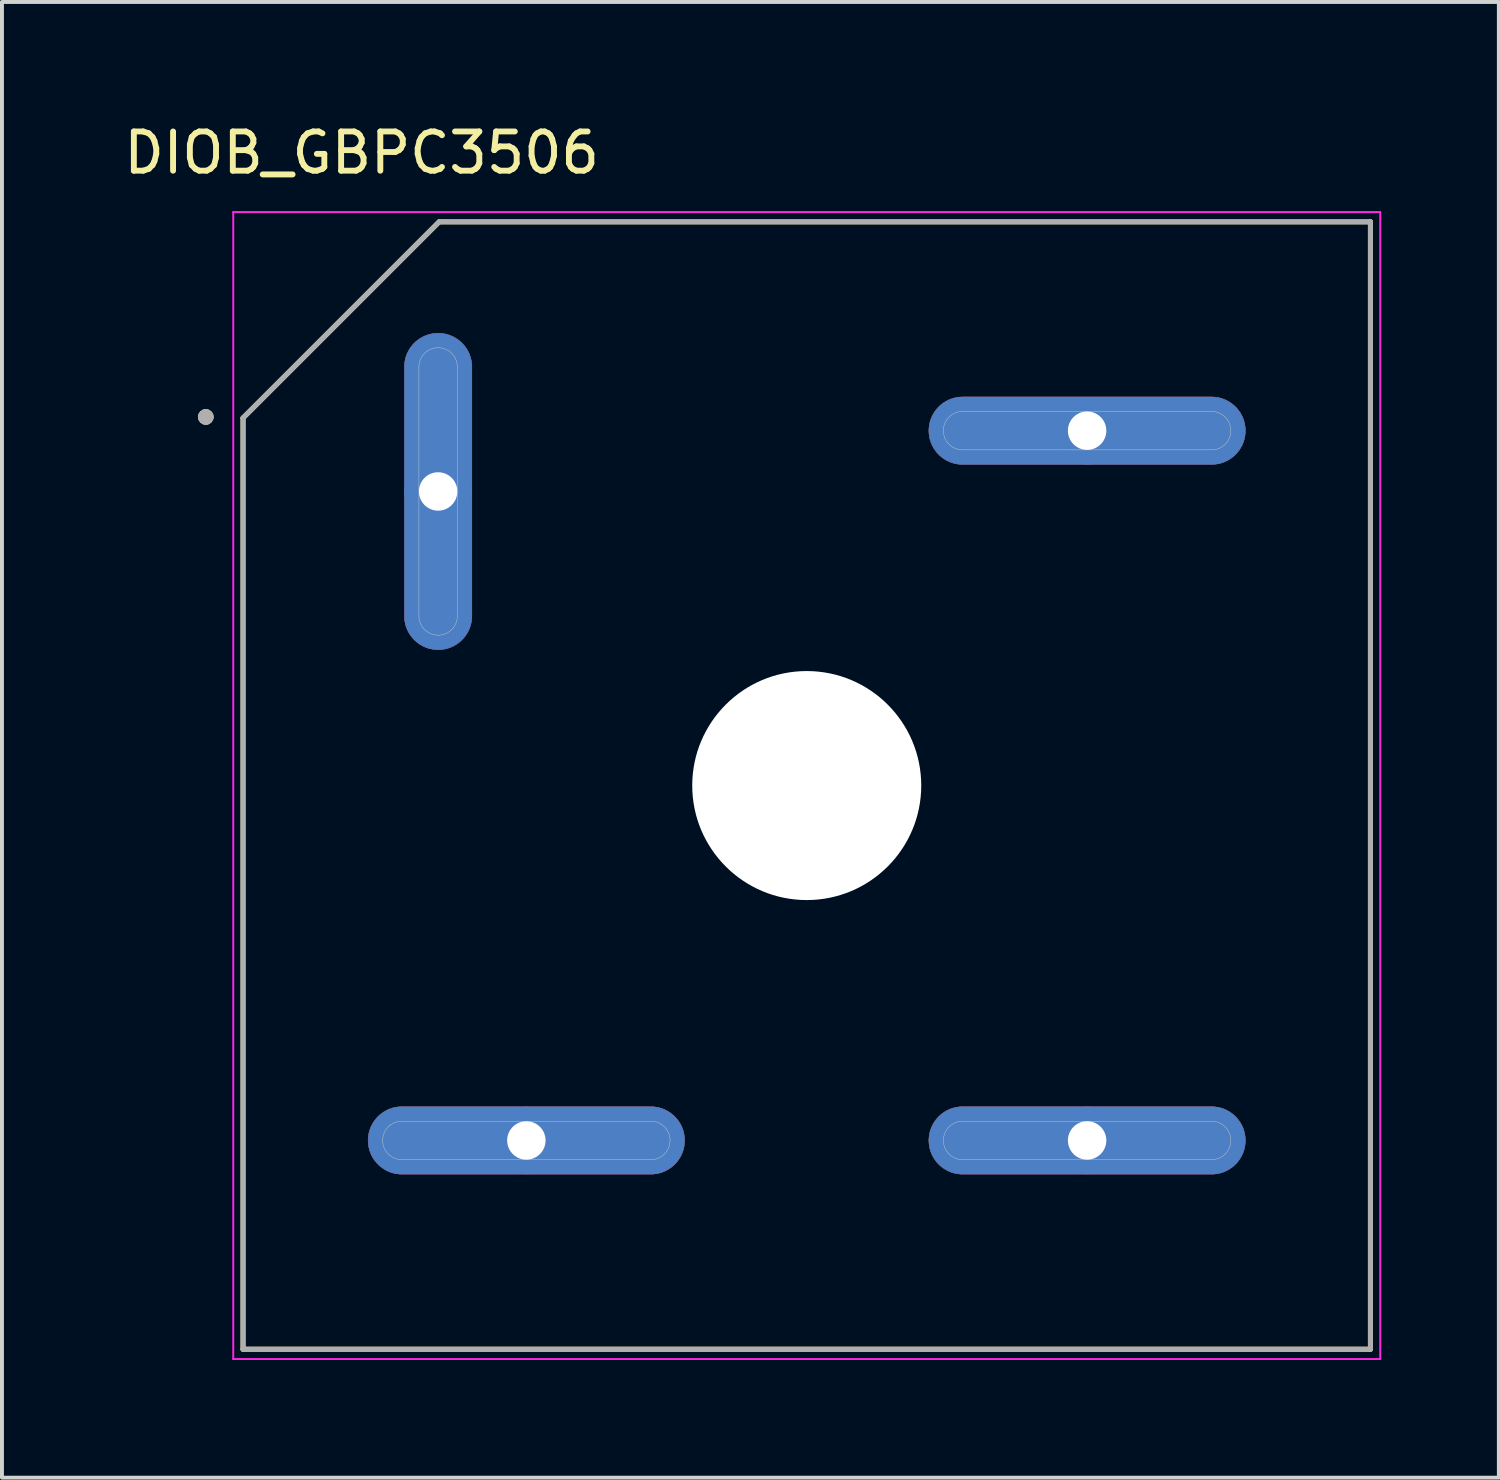
<source format=kicad_pcb>
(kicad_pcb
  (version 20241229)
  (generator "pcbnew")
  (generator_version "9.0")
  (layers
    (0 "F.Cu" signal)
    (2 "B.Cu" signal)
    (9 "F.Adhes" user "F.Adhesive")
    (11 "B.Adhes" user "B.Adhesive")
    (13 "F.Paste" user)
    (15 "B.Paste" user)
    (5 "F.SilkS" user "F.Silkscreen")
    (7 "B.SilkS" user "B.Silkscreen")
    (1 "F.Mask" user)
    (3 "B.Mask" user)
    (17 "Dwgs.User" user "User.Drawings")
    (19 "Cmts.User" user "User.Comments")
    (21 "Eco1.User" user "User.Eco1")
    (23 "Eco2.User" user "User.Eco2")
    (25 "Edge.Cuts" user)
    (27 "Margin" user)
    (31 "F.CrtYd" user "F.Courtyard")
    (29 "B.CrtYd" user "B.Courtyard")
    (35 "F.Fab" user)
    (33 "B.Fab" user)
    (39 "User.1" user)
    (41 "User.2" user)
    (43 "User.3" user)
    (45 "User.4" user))
  (footprint "DIOB_GBPC3506"
    (layer "F.Cu")
    (at 17.523 16.983)
    (property "Reference" "DIOB_GBPC3506" (at -11.35 -16.135 0) (layer "F.SilkS") (effects (font (size 1 1) (thickness 0.15))))
    (attr through_hole)
    (fp_poly (pts (xy -10.26 -4.325) (xy -10.26 -10.675) (xy -10.259 -10.72) (xy -10.255 -10.765) (xy -10.249 -10.81) (xy -10.241 -10.854) (xy -10.231 -10.898) (xy -10.218 -10.941) (xy -10.203 -10.983) (xy -10.186 -11.025) (xy -10.166 -11.065) (xy -10.145 -11.105) (xy -10.121 -11.143) (xy -10.096 -11.18) (xy -10.068 -11.216) (xy -10.039 -11.25) (xy -10.008 -11.283) (xy -9.975 -11.314) (xy -9.941 -11.343) (xy -9.905 -11.371) (xy -9.868 -11.396) (xy -9.83 -11.42) (xy -9.79 -11.441) (xy -9.75 -11.461) (xy -9.708 -11.478) (xy -9.666 -11.493) (xy -9.623 -11.506) (xy -9.579 -11.516) (xy -9.535 -11.524) (xy -9.49 -11.53) (xy -9.445 -11.534) (xy -9.4 -11.535) (xy -9.355 -11.534) (xy -9.31 -11.53) (xy -9.265 -11.524) (xy -9.221 -11.516) (xy -9.177 -11.506) (xy -9.134 -11.493) (xy -9.092 -11.478) (xy -9.05 -11.461) (xy -9.01 -11.441) (xy -8.97 -11.42) (xy -8.932 -11.396) (xy -8.895 -11.371) (xy -8.859 -11.343) (xy -8.825 -11.314) (xy -8.792 -11.283) (xy -8.761 -11.25) (xy -8.732 -11.216) (xy -8.704 -11.18) (xy -8.679 -11.143) (xy -8.655 -11.105) (xy -8.634 -11.065) (xy -8.614 -11.025) (xy -8.597 -10.983) (xy -8.582 -10.941) (xy -8.569 -10.898) (xy -8.559 -10.854) (xy -8.551 -10.81) (xy -8.545 -10.765) (xy -8.541 -10.72) (xy -8.54 -10.675) (xy -8.54 -4.325) (xy -8.541 -4.28) (xy -8.545 -4.235) (xy -8.551 -4.19) (xy -8.559 -4.146) (xy -8.569 -4.102) (xy -8.582 -4.059) (xy -8.597 -4.017) (xy -8.614 -3.975) (xy -8.634 -3.935) (xy -8.655 -3.895) (xy -8.679 -3.857) (xy -8.704 -3.82) (xy -8.732 -3.784) (xy -8.761 -3.75) (xy -8.792 -3.717) (xy -8.825 -3.686) (xy -8.859 -3.657) (xy -8.895 -3.629) (xy -8.932 -3.604) (xy -8.97 -3.58) (xy -9.01 -3.559) (xy -9.05 -3.539) (xy -9.092 -3.522) (xy -9.134 -3.507) (xy -9.177 -3.494) (xy -9.221 -3.484) (xy -9.265 -3.476) (xy -9.31 -3.47) (xy -9.355 -3.466) (xy -9.4 -3.465) (xy -9.445 -3.466) (xy -9.49 -3.47) (xy -9.535 -3.476) (xy -9.579 -3.484) (xy -9.623 -3.494) (xy -9.666 -3.507) (xy -9.708 -3.522) (xy -9.75 -3.539) (xy -9.79 -3.559) (xy -9.83 -3.58) (xy -9.868 -3.604) (xy -9.905 -3.629) (xy -9.941 -3.657) (xy -9.975 -3.686) (xy -10.008 -3.717) (xy -10.039 -3.75) (xy -10.068 -3.784) (xy -10.096 -3.82) (xy -10.121 -3.857) (xy -10.145 -3.895) (xy -10.166 -3.935) (xy -10.186 -3.975) (xy -10.203 -4.017) (xy -10.218 -4.059) (xy -10.231 -4.102) (xy -10.241 -4.146) (xy -10.249 -4.19) (xy -10.255 -4.235) (xy -10.259 -4.28) (xy -10.26 -4.325)) (stroke (width 0.01) (type solid)) (fill yes) (layer "F.Cu"))
    (fp_poly (pts (xy -3.975 9.91) (xy -10.325 9.91) (xy -10.37 9.909) (xy -10.415 9.905) (xy -10.46 9.899) (xy -10.504 9.891) (xy -10.548 9.881) (xy -10.591 9.868) (xy -10.633 9.853) (xy -10.675 9.836) (xy -10.715 9.816) (xy -10.755 9.795) (xy -10.793 9.771) (xy -10.83 9.746) (xy -10.866 9.718) (xy -10.9 9.689) (xy -10.933 9.658) (xy -10.964 9.625) (xy -10.993 9.591) (xy -11.021 9.555) (xy -11.046 9.518) (xy -11.07 9.48) (xy -11.091 9.44) (xy -11.111 9.4) (xy -11.128 9.358) (xy -11.143 9.316) (xy -11.156 9.273) (xy -11.166 9.229) (xy -11.174 9.185) (xy -11.18 9.14) (xy -11.184 9.095) (xy -11.185 9.05) (xy -11.184 9.005) (xy -11.18 8.96) (xy -11.174 8.915) (xy -11.166 8.871) (xy -11.156 8.827) (xy -11.143 8.784) (xy -11.128 8.742) (xy -11.111 8.7) (xy -11.091 8.66) (xy -11.07 8.62) (xy -11.046 8.582) (xy -11.021 8.545) (xy -10.993 8.509) (xy -10.964 8.475) (xy -10.933 8.442) (xy -10.9 8.411) (xy -10.866 8.382) (xy -10.83 8.354) (xy -10.793 8.329) (xy -10.755 8.305) (xy -10.715 8.284) (xy -10.675 8.264) (xy -10.633 8.247) (xy -10.591 8.232) (xy -10.548 8.219) (xy -10.504 8.209) (xy -10.46 8.201) (xy -10.415 8.195) (xy -10.37 8.191) (xy -10.325 8.19) (xy -3.975 8.19) (xy -3.93 8.191) (xy -3.885 8.195) (xy -3.84 8.201) (xy -3.796 8.209) (xy -3.752 8.219) (xy -3.709 8.232) (xy -3.667 8.247) (xy -3.625 8.264) (xy -3.585 8.284) (xy -3.545 8.305) (xy -3.507 8.329) (xy -3.47 8.354) (xy -3.434 8.382) (xy -3.4 8.411) (xy -3.367 8.442) (xy -3.336 8.475) (xy -3.307 8.509) (xy -3.279 8.545) (xy -3.254 8.582) (xy -3.23 8.62) (xy -3.209 8.66) (xy -3.189 8.7) (xy -3.172 8.742) (xy -3.157 8.784) (xy -3.144 8.827) (xy -3.134 8.871) (xy -3.126 8.915) (xy -3.12 8.96) (xy -3.116 9.005) (xy -3.115 9.05) (xy -3.116 9.095) (xy -3.12 9.14) (xy -3.126 9.185) (xy -3.134 9.229) (xy -3.144 9.273) (xy -3.157 9.316) (xy -3.172 9.358) (xy -3.189 9.4) (xy -3.209 9.44) (xy -3.23 9.48) (xy -3.254 9.518) (xy -3.279 9.555) (xy -3.307 9.591) (xy -3.336 9.625) (xy -3.367 9.658) (xy -3.4 9.689) (xy -3.434 9.718) (xy -3.47 9.746) (xy -3.507 9.771) (xy -3.545 9.795) (xy -3.585 9.816) (xy -3.625 9.836) (xy -3.667 9.853) (xy -3.709 9.868) (xy -3.752 9.881) (xy -3.796 9.891) (xy -3.84 9.899) (xy -3.885 9.905) (xy -3.93 9.909) (xy -3.975 9.91)) (stroke (width 0.01) (type solid)) (fill yes) (layer "F.Cu"))
    (fp_poly (pts (xy 10.325 -8.19) (xy 3.975 -8.19) (xy 3.93 -8.191) (xy 3.885 -8.195) (xy 3.84 -8.201) (xy 3.796 -8.209) (xy 3.752 -8.219) (xy 3.709 -8.232) (xy 3.667 -8.247) (xy 3.625 -8.264) (xy 3.585 -8.284) (xy 3.545 -8.305) (xy 3.507 -8.329) (xy 3.47 -8.354) (xy 3.434 -8.382) (xy 3.4 -8.411) (xy 3.367 -8.442) (xy 3.336 -8.475) (xy 3.307 -8.509) (xy 3.279 -8.545) (xy 3.254 -8.582) (xy 3.23 -8.62) (xy 3.209 -8.66) (xy 3.189 -8.7) (xy 3.172 -8.742) (xy 3.157 -8.784) (xy 3.144 -8.827) (xy 3.134 -8.871) (xy 3.126 -8.915) (xy 3.12 -8.96) (xy 3.116 -9.005) (xy 3.115 -9.05) (xy 3.116 -9.095) (xy 3.12 -9.14) (xy 3.126 -9.185) (xy 3.134 -9.229) (xy 3.144 -9.273) (xy 3.157 -9.316) (xy 3.172 -9.358) (xy 3.189 -9.4) (xy 3.209 -9.44) (xy 3.23 -9.48) (xy 3.254 -9.518) (xy 3.279 -9.555) (xy 3.307 -9.591) (xy 3.336 -9.625) (xy 3.367 -9.658) (xy 3.4 -9.689) (xy 3.434 -9.718) (xy 3.47 -9.746) (xy 3.507 -9.771) (xy 3.545 -9.795) (xy 3.585 -9.816) (xy 3.625 -9.836) (xy 3.667 -9.853) (xy 3.709 -9.868) (xy 3.752 -9.881) (xy 3.796 -9.891) (xy 3.84 -9.899) (xy 3.885 -9.905) (xy 3.93 -9.909) (xy 3.975 -9.91) (xy 10.325 -9.91) (xy 10.37 -9.909) (xy 10.415 -9.905) (xy 10.46 -9.899) (xy 10.504 -9.891) (xy 10.548 -9.881) (xy 10.591 -9.868) (xy 10.633 -9.853) (xy 10.675 -9.836) (xy 10.715 -9.816) (xy 10.755 -9.795) (xy 10.793 -9.771) (xy 10.83 -9.746) (xy 10.866 -9.718) (xy 10.9 -9.689) (xy 10.933 -9.658) (xy 10.964 -9.625) (xy 10.993 -9.591) (xy 11.021 -9.555) (xy 11.046 -9.518) (xy 11.07 -9.48) (xy 11.091 -9.44) (xy 11.111 -9.4) (xy 11.128 -9.358) (xy 11.143 -9.316) (xy 11.156 -9.273) (xy 11.166 -9.229) (xy 11.174 -9.185) (xy 11.18 -9.14) (xy 11.184 -9.095) (xy 11.185 -9.05) (xy 11.184 -9.005) (xy 11.18 -8.96) (xy 11.174 -8.915) (xy 11.166 -8.871) (xy 11.156 -8.827) (xy 11.143 -8.784) (xy 11.128 -8.742) (xy 11.111 -8.7) (xy 11.091 -8.66) (xy 11.07 -8.62) (xy 11.046 -8.582) (xy 11.021 -8.545) (xy 10.993 -8.509) (xy 10.964 -8.475) (xy 10.933 -8.442) (xy 10.9 -8.411) (xy 10.866 -8.382) (xy 10.83 -8.354) (xy 10.793 -8.329) (xy 10.755 -8.305) (xy 10.715 -8.284) (xy 10.675 -8.264) (xy 10.633 -8.247) (xy 10.591 -8.232) (xy 10.548 -8.219) (xy 10.504 -8.209) (xy 10.46 -8.201) (xy 10.415 -8.195) (xy 10.37 -8.191) (xy 10.325 -8.19)) (stroke (width 0.01) (type solid)) (fill yes) (layer "F.Cu"))
    (fp_poly (pts (xy 10.325 9.91) (xy 3.975 9.91) (xy 3.93 9.909) (xy 3.885 9.905) (xy 3.84 9.899) (xy 3.796 9.891) (xy 3.752 9.881) (xy 3.709 9.868) (xy 3.667 9.853) (xy 3.625 9.836) (xy 3.585 9.816) (xy 3.545 9.795) (xy 3.507 9.771) (xy 3.47 9.746) (xy 3.434 9.718) (xy 3.4 9.689) (xy 3.367 9.658) (xy 3.336 9.625) (xy 3.307 9.591) (xy 3.279 9.555) (xy 3.254 9.518) (xy 3.23 9.48) (xy 3.209 9.44) (xy 3.189 9.4) (xy 3.172 9.358) (xy 3.157 9.316) (xy 3.144 9.273) (xy 3.134 9.229) (xy 3.126 9.185) (xy 3.12 9.14) (xy 3.116 9.095) (xy 3.115 9.05) (xy 3.116 9.005) (xy 3.12 8.96) (xy 3.126 8.915) (xy 3.134 8.871) (xy 3.144 8.827) (xy 3.157 8.784) (xy 3.172 8.742) (xy 3.189 8.7) (xy 3.209 8.66) (xy 3.23 8.62) (xy 3.254 8.582) (xy 3.279 8.545) (xy 3.307 8.509) (xy 3.336 8.475) (xy 3.367 8.442) (xy 3.4 8.411) (xy 3.434 8.382) (xy 3.47 8.354) (xy 3.507 8.329) (xy 3.545 8.305) (xy 3.585 8.284) (xy 3.625 8.264) (xy 3.667 8.247) (xy 3.709 8.232) (xy 3.752 8.219) (xy 3.796 8.209) (xy 3.84 8.201) (xy 3.885 8.195) (xy 3.93 8.191) (xy 3.975 8.19) (xy 10.325 8.19) (xy 10.37 8.191) (xy 10.415 8.195) (xy 10.46 8.201) (xy 10.504 8.209) (xy 10.548 8.219) (xy 10.591 8.232) (xy 10.633 8.247) (xy 10.675 8.264) (xy 10.715 8.284) (xy 10.755 8.305) (xy 10.793 8.329) (xy 10.83 8.354) (xy 10.866 8.382) (xy 10.9 8.411) (xy 10.933 8.442) (xy 10.964 8.475) (xy 10.993 8.509) (xy 11.021 8.545) (xy 11.046 8.582) (xy 11.07 8.62) (xy 11.091 8.66) (xy 11.111 8.7) (xy 11.128 8.742) (xy 11.143 8.784) (xy 11.156 8.827) (xy 11.166 8.871) (xy 11.174 8.915) (xy 11.18 8.96) (xy 11.184 9.005) (xy 11.185 9.05) (xy 11.184 9.095) (xy 11.18 9.14) (xy 11.174 9.185) (xy 11.166 9.229) (xy 11.156 9.273) (xy 11.143 9.316) (xy 11.128 9.358) (xy 11.111 9.4) (xy 11.091 9.44) (xy 11.07 9.48) (xy 11.046 9.518) (xy 11.021 9.555) (xy 10.993 9.591) (xy 10.964 9.625) (xy 10.933 9.658) (xy 10.9 9.689) (xy 10.866 9.718) (xy 10.83 9.746) (xy 10.793 9.771) (xy 10.755 9.795) (xy 10.715 9.816) (xy 10.675 9.836) (xy 10.633 9.853) (xy 10.591 9.868) (xy 10.548 9.881) (xy 10.504 9.891) (xy 10.46 9.899) (xy 10.415 9.905) (xy 10.37 9.909) (xy 10.325 9.91)) (stroke (width 0.01) (type solid)) (fill yes) (layer "F.Cu"))
    (fp_poly (pts (xy -10.36 -7.5) (xy -10.35 -10.7) (xy -10.349 -10.742) (xy -10.345 -10.791) (xy -10.338 -10.84) (xy -10.329 -10.888) (xy -10.318 -10.936) (xy -10.304 -10.984) (xy -10.287 -11.03) (xy -10.269 -11.076) (xy -10.247 -11.12) (xy -10.224 -11.164) (xy -10.198 -11.206) (xy -10.17 -11.247) (xy -10.14 -11.286) (xy -10.108 -11.323) (xy -10.074 -11.359) (xy -10.038 -11.393) (xy -10.001 -11.425) (xy -9.962 -11.455) (xy -9.921 -11.483) (xy -9.879 -11.509) (xy -9.835 -11.532) (xy -9.791 -11.554) (xy -9.745 -11.572) (xy -9.699 -11.589) (xy -9.651 -11.603) (xy -9.603 -11.614) (xy -9.555 -11.623) (xy -9.506 -11.63) (xy -9.457 -11.634) (xy -9.4 -11.635) (xy -9.354 -11.635) (xy -9.305 -11.631) (xy -9.256 -11.626) (xy -9.207 -11.618) (xy -9.158 -11.607) (xy -9.11 -11.594) (xy -9.063 -11.578) (xy -9.017 -11.56) (xy -8.972 -11.539) (xy -8.928 -11.516) (xy -8.885 -11.491) (xy -8.844 -11.464) (xy -8.804 -11.434) (xy -8.766 -11.403) (xy -8.729 -11.369) (xy -8.694 -11.334) (xy -8.662 -11.297) (xy -8.631 -11.258) (xy -8.602 -11.217) (xy -8.575 -11.176) (xy -8.551 -11.132) (xy -8.529 -11.088) (xy -8.509 -11.042) (xy -8.492 -10.996) (xy -8.477 -10.949) (xy -8.464 -10.901) (xy -8.454 -10.852) (xy -8.447 -10.803) (xy -8.442 -10.754) (xy -8.44 -10.7) (xy -8.44 -4.3) (xy -8.442 -4.246) (xy -8.447 -4.197) (xy -8.454 -4.148) (xy -8.464 -4.099) (xy -8.477 -4.051) (xy -8.492 -4.004) (xy -8.509 -3.958) (xy -8.529 -3.912) (xy -8.551 -3.868) (xy -8.575 -3.824) (xy -8.602 -3.783) (xy -8.631 -3.742) (xy -8.662 -3.703) (xy -8.694 -3.666) (xy -8.729 -3.631) (xy -8.766 -3.597) (xy -8.804 -3.566) (xy -8.844 -3.536) (xy -8.885 -3.509) (xy -8.928 -3.484) (xy -8.972 -3.461) (xy -9.017 -3.44) (xy -9.063 -3.422) (xy -9.11 -3.406) (xy -9.158 -3.393) (xy -9.207 -3.382) (xy -9.256 -3.374) (xy -9.305 -3.369) (xy -9.354 -3.365) (xy -9.4 -3.365) (xy -9.446 -3.365) (xy -9.495 -3.369) (xy -9.544 -3.374) (xy -9.593 -3.382) (xy -9.642 -3.393) (xy -9.69 -3.406) (xy -9.737 -3.422) (xy -9.783 -3.44) (xy -9.828 -3.461) (xy -9.872 -3.484) (xy -9.915 -3.509) (xy -9.956 -3.536) (xy -9.996 -3.566) (xy -10.034 -3.597) (xy -10.071 -3.631) (xy -10.106 -3.666) (xy -10.138 -3.703) (xy -10.169 -3.742) (xy -10.198 -3.783) (xy -10.225 -3.824) (xy -10.249 -3.868) (xy -10.271 -3.912) (xy -10.291 -3.958) (xy -10.308 -4.004) (xy -10.323 -4.051) (xy -10.336 -4.099) (xy -10.346 -4.148) (xy -10.353 -4.197) (xy -10.358 -4.246) (xy -10.36 -4.3) (xy -10.36 -7.5)) (stroke (width 0.01) (type solid)) (fill yes) (layer "F.Mask"))
    (fp_poly (pts (xy -7.15 10.01) (xy -10.35 10) (xy -10.392 9.999) (xy -10.441 9.995) (xy -10.49 9.988) (xy -10.538 9.979) (xy -10.586 9.968) (xy -10.634 9.954) (xy -10.68 9.937) (xy -10.726 9.919) (xy -10.77 9.897) (xy -10.814 9.874) (xy -10.856 9.848) (xy -10.897 9.82) (xy -10.936 9.79) (xy -10.973 9.758) (xy -11.009 9.724) (xy -11.043 9.688) (xy -11.075 9.651) (xy -11.105 9.612) (xy -11.133 9.571) (xy -11.159 9.529) (xy -11.182 9.485) (xy -11.204 9.441) (xy -11.222 9.395) (xy -11.239 9.349) (xy -11.253 9.301) (xy -11.264 9.253) (xy -11.273 9.205) (xy -11.28 9.156) (xy -11.284 9.107) (xy -11.285 9.05) (xy -11.285 9.004) (xy -11.281 8.955) (xy -11.276 8.906) (xy -11.268 8.857) (xy -11.257 8.808) (xy -11.244 8.76) (xy -11.228 8.713) (xy -11.21 8.667) (xy -11.189 8.622) (xy -11.166 8.578) (xy -11.141 8.535) (xy -11.114 8.494) (xy -11.084 8.454) (xy -11.053 8.416) (xy -11.019 8.379) (xy -10.984 8.344) (xy -10.947 8.312) (xy -10.908 8.281) (xy -10.867 8.252) (xy -10.826 8.225) (xy -10.782 8.201) (xy -10.738 8.179) (xy -10.692 8.159) (xy -10.646 8.142) (xy -10.599 8.127) (xy -10.551 8.114) (xy -10.502 8.104) (xy -10.453 8.097) (xy -10.404 8.092) (xy -10.35 8.09) (xy -3.95 8.09) (xy -3.896 8.092) (xy -3.847 8.097) (xy -3.798 8.104) (xy -3.749 8.114) (xy -3.701 8.127) (xy -3.654 8.142) (xy -3.608 8.159) (xy -3.562 8.179) (xy -3.518 8.201) (xy -3.474 8.225) (xy -3.433 8.252) (xy -3.392 8.281) (xy -3.353 8.312) (xy -3.316 8.344) (xy -3.281 8.379) (xy -3.247 8.416) (xy -3.216 8.454) (xy -3.186 8.494) (xy -3.159 8.535) (xy -3.134 8.578) (xy -3.111 8.622) (xy -3.09 8.667) (xy -3.072 8.713) (xy -3.056 8.76) (xy -3.043 8.808) (xy -3.032 8.857) (xy -3.024 8.906) (xy -3.019 8.955) (xy -3.015 9.004) (xy -3.015 9.05) (xy -3.015 9.096) (xy -3.019 9.145) (xy -3.024 9.194) (xy -3.032 9.243) (xy -3.043 9.292) (xy -3.056 9.34) (xy -3.072 9.387) (xy -3.09 9.433) (xy -3.111 9.478) (xy -3.134 9.522) (xy -3.159 9.565) (xy -3.186 9.606) (xy -3.216 9.646) (xy -3.247 9.684) (xy -3.281 9.721) (xy -3.316 9.756) (xy -3.353 9.788) (xy -3.392 9.819) (xy -3.433 9.848) (xy -3.474 9.875) (xy -3.518 9.899) (xy -3.562 9.921) (xy -3.608 9.941) (xy -3.654 9.958) (xy -3.701 9.973) (xy -3.749 9.986) (xy -3.798 9.996) (xy -3.847 10.003) (xy -3.896 10.008) (xy -3.95 10.01) (xy -7.15 10.01)) (stroke (width 0.01) (type solid)) (fill yes) (layer "F.Mask"))
    (fp_poly (pts (xy 7.15 -8.09) (xy 3.95 -8.1) (xy 3.908 -8.101) (xy 3.859 -8.105) (xy 3.81 -8.112) (xy 3.762 -8.121) (xy 3.714 -8.132) (xy 3.666 -8.146) (xy 3.62 -8.163) (xy 3.574 -8.181) (xy 3.53 -8.203) (xy 3.486 -8.226) (xy 3.444 -8.252) (xy 3.403 -8.28) (xy 3.364 -8.31) (xy 3.327 -8.342) (xy 3.291 -8.376) (xy 3.257 -8.412) (xy 3.225 -8.449) (xy 3.195 -8.488) (xy 3.167 -8.529) (xy 3.141 -8.571) (xy 3.118 -8.615) (xy 3.096 -8.659) (xy 3.078 -8.705) (xy 3.061 -8.751) (xy 3.047 -8.799) (xy 3.036 -8.847) (xy 3.027 -8.895) (xy 3.02 -8.944) (xy 3.016 -8.993) (xy 3.015 -9.05) (xy 3.015 -9.096) (xy 3.019 -9.145) (xy 3.024 -9.194) (xy 3.032 -9.243) (xy 3.043 -9.292) (xy 3.056 -9.34) (xy 3.072 -9.387) (xy 3.09 -9.433) (xy 3.111 -9.478) (xy 3.134 -9.522) (xy 3.159 -9.565) (xy 3.186 -9.606) (xy 3.216 -9.646) (xy 3.247 -9.684) (xy 3.281 -9.721) (xy 3.316 -9.756) (xy 3.353 -9.788) (xy 3.392 -9.819) (xy 3.433 -9.848) (xy 3.474 -9.875) (xy 3.518 -9.899) (xy 3.562 -9.921) (xy 3.608 -9.941) (xy 3.654 -9.958) (xy 3.701 -9.973) (xy 3.749 -9.986) (xy 3.798 -9.996) (xy 3.847 -10.003) (xy 3.896 -10.008) (xy 3.95 -10.01) (xy 10.35 -10.01) (xy 10.404 -10.008) (xy 10.453 -10.003) (xy 10.502 -9.996) (xy 10.551 -9.986) (xy 10.599 -9.973) (xy 10.646 -9.958) (xy 10.692 -9.941) (xy 10.738 -9.921) (xy 10.782 -9.899) (xy 10.826 -9.875) (xy 10.867 -9.848) (xy 10.908 -9.819) (xy 10.947 -9.788) (xy 10.984 -9.756) (xy 11.019 -9.721) (xy 11.053 -9.684) (xy 11.084 -9.646) (xy 11.114 -9.606) (xy 11.141 -9.565) (xy 11.166 -9.522) (xy 11.189 -9.478) (xy 11.21 -9.433) (xy 11.228 -9.387) (xy 11.244 -9.34) (xy 11.257 -9.292) (xy 11.268 -9.243) (xy 11.276 -9.194) (xy 11.281 -9.145) (xy 11.285 -9.096) (xy 11.285 -9.05) (xy 11.285 -9.004) (xy 11.281 -8.955) (xy 11.276 -8.906) (xy 11.268 -8.857) (xy 11.257 -8.808) (xy 11.244 -8.76) (xy 11.228 -8.713) (xy 11.21 -8.667) (xy 11.189 -8.622) (xy 11.166 -8.578) (xy 11.141 -8.535) (xy 11.114 -8.494) (xy 11.084 -8.454) (xy 11.053 -8.416) (xy 11.019 -8.379) (xy 10.984 -8.344) (xy 10.947 -8.312) (xy 10.908 -8.281) (xy 10.867 -8.252) (xy 10.826 -8.225) (xy 10.782 -8.201) (xy 10.738 -8.179) (xy 10.692 -8.159) (xy 10.646 -8.142) (xy 10.599 -8.127) (xy 10.551 -8.114) (xy 10.502 -8.104) (xy 10.453 -8.097) (xy 10.404 -8.092) (xy 10.35 -8.09) (xy 7.15 -8.09)) (stroke (width 0.01) (type solid)) (fill yes) (layer "F.Mask"))
    (fp_poly (pts (xy 7.15 10.01) (xy 3.95 10) (xy 3.908 9.999) (xy 3.859 9.995) (xy 3.81 9.988) (xy 3.762 9.979) (xy 3.714 9.968) (xy 3.666 9.954) (xy 3.62 9.937) (xy 3.574 9.919) (xy 3.53 9.897) (xy 3.486 9.874) (xy 3.444 9.848) (xy 3.403 9.82) (xy 3.364 9.79) (xy 3.327 9.758) (xy 3.291 9.724) (xy 3.257 9.688) (xy 3.225 9.651) (xy 3.195 9.612) (xy 3.167 9.571) (xy 3.141 9.529) (xy 3.118 9.485) (xy 3.096 9.441) (xy 3.078 9.395) (xy 3.061 9.349) (xy 3.047 9.301) (xy 3.036 9.253) (xy 3.027 9.205) (xy 3.02 9.156) (xy 3.016 9.107) (xy 3.015 9.05) (xy 3.015 9.004) (xy 3.019 8.955) (xy 3.024 8.906) (xy 3.032 8.857) (xy 3.043 8.808) (xy 3.056 8.76) (xy 3.072 8.713) (xy 3.09 8.667) (xy 3.111 8.622) (xy 3.134 8.578) (xy 3.159 8.535) (xy 3.186 8.494) (xy 3.216 8.454) (xy 3.247 8.416) (xy 3.281 8.379) (xy 3.316 8.344) (xy 3.353 8.312) (xy 3.392 8.281) (xy 3.433 8.252) (xy 3.474 8.225) (xy 3.518 8.201) (xy 3.562 8.179) (xy 3.608 8.159) (xy 3.654 8.142) (xy 3.701 8.127) (xy 3.749 8.114) (xy 3.798 8.104) (xy 3.847 8.097) (xy 3.896 8.092) (xy 3.95 8.09) (xy 10.35 8.09) (xy 10.404 8.092) (xy 10.453 8.097) (xy 10.502 8.104) (xy 10.551 8.114) (xy 10.599 8.127) (xy 10.646 8.142) (xy 10.692 8.159) (xy 10.738 8.179) (xy 10.782 8.201) (xy 10.826 8.225) (xy 10.867 8.252) (xy 10.908 8.281) (xy 10.947 8.312) (xy 10.984 8.344) (xy 11.019 8.379) (xy 11.053 8.416) (xy 11.084 8.454) (xy 11.114 8.494) (xy 11.141 8.535) (xy 11.166 8.578) (xy 11.189 8.622) (xy 11.21 8.667) (xy 11.228 8.713) (xy 11.244 8.76) (xy 11.257 8.808) (xy 11.268 8.857) (xy 11.276 8.906) (xy 11.281 8.955) (xy 11.285 9.004) (xy 11.285 9.05) (xy 11.285 9.096) (xy 11.281 9.145) (xy 11.276 9.194) (xy 11.268 9.243) (xy 11.257 9.292) (xy 11.244 9.34) (xy 11.228 9.387) (xy 11.21 9.433) (xy 11.189 9.478) (xy 11.166 9.522) (xy 11.141 9.565) (xy 11.114 9.606) (xy 11.084 9.646) (xy 11.053 9.684) (xy 11.019 9.721) (xy 10.984 9.756) (xy 10.947 9.788) (xy 10.908 9.819) (xy 10.867 9.848) (xy 10.826 9.875) (xy 10.782 9.899) (xy 10.738 9.921) (xy 10.692 9.941) (xy 10.646 9.958) (xy 10.599 9.973) (xy 10.551 9.986) (xy 10.502 9.996) (xy 10.453 10.003) (xy 10.404 10.008) (xy 10.35 10.01) (xy 7.15 10.01)) (stroke (width 0.01) (type solid)) (fill yes) (layer "F.Mask"))
    (fp_poly (pts (xy -10.26 -4.325) (xy -10.26 -10.675) (xy -10.259 -10.72) (xy -10.255 -10.765) (xy -10.249 -10.81) (xy -10.241 -10.854) (xy -10.231 -10.898) (xy -10.218 -10.941) (xy -10.203 -10.983) (xy -10.186 -11.025) (xy -10.166 -11.065) (xy -10.145 -11.105) (xy -10.121 -11.143) (xy -10.096 -11.18) (xy -10.068 -11.216) (xy -10.039 -11.25) (xy -10.008 -11.283) (xy -9.975 -11.314) (xy -9.941 -11.343) (xy -9.905 -11.371) (xy -9.868 -11.396) (xy -9.83 -11.42) (xy -9.79 -11.441) (xy -9.75 -11.461) (xy -9.708 -11.478) (xy -9.666 -11.493) (xy -9.623 -11.506) (xy -9.579 -11.516) (xy -9.535 -11.524) (xy -9.49 -11.53) (xy -9.445 -11.534) (xy -9.4 -11.535) (xy -9.355 -11.534) (xy -9.31 -11.53) (xy -9.265 -11.524) (xy -9.221 -11.516) (xy -9.177 -11.506) (xy -9.134 -11.493) (xy -9.092 -11.478) (xy -9.05 -11.461) (xy -9.01 -11.441) (xy -8.97 -11.42) (xy -8.932 -11.396) (xy -8.895 -11.371) (xy -8.859 -11.343) (xy -8.825 -11.314) (xy -8.792 -11.283) (xy -8.761 -11.25) (xy -8.732 -11.216) (xy -8.704 -11.18) (xy -8.679 -11.143) (xy -8.655 -11.105) (xy -8.634 -11.065) (xy -8.614 -11.025) (xy -8.597 -10.983) (xy -8.582 -10.941) (xy -8.569 -10.898) (xy -8.559 -10.854) (xy -8.551 -10.81) (xy -8.545 -10.765) (xy -8.541 -10.72) (xy -8.54 -10.675) (xy -8.54 -4.325) (xy -8.541 -4.28) (xy -8.545 -4.235) (xy -8.551 -4.19) (xy -8.559 -4.146) (xy -8.569 -4.102) (xy -8.582 -4.059) (xy -8.597 -4.017) (xy -8.614 -3.975) (xy -8.634 -3.935) (xy -8.655 -3.895) (xy -8.679 -3.857) (xy -8.704 -3.82) (xy -8.732 -3.784) (xy -8.761 -3.75) (xy -8.792 -3.717) (xy -8.825 -3.686) (xy -8.859 -3.657) (xy -8.895 -3.629) (xy -8.932 -3.604) (xy -8.97 -3.58) (xy -9.01 -3.559) (xy -9.05 -3.539) (xy -9.092 -3.522) (xy -9.134 -3.507) (xy -9.177 -3.494) (xy -9.221 -3.484) (xy -9.265 -3.476) (xy -9.31 -3.47) (xy -9.355 -3.466) (xy -9.4 -3.465) (xy -9.445 -3.466) (xy -9.49 -3.47) (xy -9.535 -3.476) (xy -9.579 -3.484) (xy -9.623 -3.494) (xy -9.666 -3.507) (xy -9.708 -3.522) (xy -9.75 -3.539) (xy -9.79 -3.559) (xy -9.83 -3.58) (xy -9.868 -3.604) (xy -9.905 -3.629) (xy -9.941 -3.657) (xy -9.975 -3.686) (xy -10.008 -3.717) (xy -10.039 -3.75) (xy -10.068 -3.784) (xy -10.096 -3.82) (xy -10.121 -3.857) (xy -10.145 -3.895) (xy -10.166 -3.935) (xy -10.186 -3.975) (xy -10.203 -4.017) (xy -10.218 -4.059) (xy -10.231 -4.102) (xy -10.241 -4.146) (xy -10.249 -4.19) (xy -10.255 -4.235) (xy -10.259 -4.28) (xy -10.26 -4.325)) (stroke (width 0.01) (type solid)) (fill yes) (layer "B.Cu"))
    (fp_poly (pts (xy -3.975 9.91) (xy -10.325 9.91) (xy -10.37 9.909) (xy -10.415 9.905) (xy -10.46 9.899) (xy -10.504 9.891) (xy -10.548 9.881) (xy -10.591 9.868) (xy -10.633 9.853) (xy -10.675 9.836) (xy -10.715 9.816) (xy -10.755 9.795) (xy -10.793 9.771) (xy -10.83 9.746) (xy -10.866 9.718) (xy -10.9 9.689) (xy -10.933 9.658) (xy -10.964 9.625) (xy -10.993 9.591) (xy -11.021 9.555) (xy -11.046 9.518) (xy -11.07 9.48) (xy -11.091 9.44) (xy -11.111 9.4) (xy -11.128 9.358) (xy -11.143 9.316) (xy -11.156 9.273) (xy -11.166 9.229) (xy -11.174 9.185) (xy -11.18 9.14) (xy -11.184 9.095) (xy -11.185 9.05) (xy -11.184 9.005) (xy -11.18 8.96) (xy -11.174 8.915) (xy -11.166 8.871) (xy -11.156 8.827) (xy -11.143 8.784) (xy -11.128 8.742) (xy -11.111 8.7) (xy -11.091 8.66) (xy -11.07 8.62) (xy -11.046 8.582) (xy -11.021 8.545) (xy -10.993 8.509) (xy -10.964 8.475) (xy -10.933 8.442) (xy -10.9 8.411) (xy -10.866 8.382) (xy -10.83 8.354) (xy -10.793 8.329) (xy -10.755 8.305) (xy -10.715 8.284) (xy -10.675 8.264) (xy -10.633 8.247) (xy -10.591 8.232) (xy -10.548 8.219) (xy -10.504 8.209) (xy -10.46 8.201) (xy -10.415 8.195) (xy -10.37 8.191) (xy -10.325 8.19) (xy -3.975 8.19) (xy -3.93 8.191) (xy -3.885 8.195) (xy -3.84 8.201) (xy -3.796 8.209) (xy -3.752 8.219) (xy -3.709 8.232) (xy -3.667 8.247) (xy -3.625 8.264) (xy -3.585 8.284) (xy -3.545 8.305) (xy -3.507 8.329) (xy -3.47 8.354) (xy -3.434 8.382) (xy -3.4 8.411) (xy -3.367 8.442) (xy -3.336 8.475) (xy -3.307 8.509) (xy -3.279 8.545) (xy -3.254 8.582) (xy -3.23 8.62) (xy -3.209 8.66) (xy -3.189 8.7) (xy -3.172 8.742) (xy -3.157 8.784) (xy -3.144 8.827) (xy -3.134 8.871) (xy -3.126 8.915) (xy -3.12 8.96) (xy -3.116 9.005) (xy -3.115 9.05) (xy -3.116 9.095) (xy -3.12 9.14) (xy -3.126 9.185) (xy -3.134 9.229) (xy -3.144 9.273) (xy -3.157 9.316) (xy -3.172 9.358) (xy -3.189 9.4) (xy -3.209 9.44) (xy -3.23 9.48) (xy -3.254 9.518) (xy -3.279 9.555) (xy -3.307 9.591) (xy -3.336 9.625) (xy -3.367 9.658) (xy -3.4 9.689) (xy -3.434 9.718) (xy -3.47 9.746) (xy -3.507 9.771) (xy -3.545 9.795) (xy -3.585 9.816) (xy -3.625 9.836) (xy -3.667 9.853) (xy -3.709 9.868) (xy -3.752 9.881) (xy -3.796 9.891) (xy -3.84 9.899) (xy -3.885 9.905) (xy -3.93 9.909) (xy -3.975 9.91)) (stroke (width 0.01) (type solid)) (fill yes) (layer "B.Cu"))
    (fp_poly (pts (xy 10.325 -8.19) (xy 3.975 -8.19) (xy 3.93 -8.191) (xy 3.885 -8.195) (xy 3.84 -8.201) (xy 3.796 -8.209) (xy 3.752 -8.219) (xy 3.709 -8.232) (xy 3.667 -8.247) (xy 3.625 -8.264) (xy 3.585 -8.284) (xy 3.545 -8.305) (xy 3.507 -8.329) (xy 3.47 -8.354) (xy 3.434 -8.382) (xy 3.4 -8.411) (xy 3.367 -8.442) (xy 3.336 -8.475) (xy 3.307 -8.509) (xy 3.279 -8.545) (xy 3.254 -8.582) (xy 3.23 -8.62) (xy 3.209 -8.66) (xy 3.189 -8.7) (xy 3.172 -8.742) (xy 3.157 -8.784) (xy 3.144 -8.827) (xy 3.134 -8.871) (xy 3.126 -8.915) (xy 3.12 -8.96) (xy 3.116 -9.005) (xy 3.115 -9.05) (xy 3.116 -9.095) (xy 3.12 -9.14) (xy 3.126 -9.185) (xy 3.134 -9.229) (xy 3.144 -9.273) (xy 3.157 -9.316) (xy 3.172 -9.358) (xy 3.189 -9.4) (xy 3.209 -9.44) (xy 3.23 -9.48) (xy 3.254 -9.518) (xy 3.279 -9.555) (xy 3.307 -9.591) (xy 3.336 -9.625) (xy 3.367 -9.658) (xy 3.4 -9.689) (xy 3.434 -9.718) (xy 3.47 -9.746) (xy 3.507 -9.771) (xy 3.545 -9.795) (xy 3.585 -9.816) (xy 3.625 -9.836) (xy 3.667 -9.853) (xy 3.709 -9.868) (xy 3.752 -9.881) (xy 3.796 -9.891) (xy 3.84 -9.899) (xy 3.885 -9.905) (xy 3.93 -9.909) (xy 3.975 -9.91) (xy 10.325 -9.91) (xy 10.37 -9.909) (xy 10.415 -9.905) (xy 10.46 -9.899) (xy 10.504 -9.891) (xy 10.548 -9.881) (xy 10.591 -9.868) (xy 10.633 -9.853) (xy 10.675 -9.836) (xy 10.715 -9.816) (xy 10.755 -9.795) (xy 10.793 -9.771) (xy 10.83 -9.746) (xy 10.866 -9.718) (xy 10.9 -9.689) (xy 10.933 -9.658) (xy 10.964 -9.625) (xy 10.993 -9.591) (xy 11.021 -9.555) (xy 11.046 -9.518) (xy 11.07 -9.48) (xy 11.091 -9.44) (xy 11.111 -9.4) (xy 11.128 -9.358) (xy 11.143 -9.316) (xy 11.156 -9.273) (xy 11.166 -9.229) (xy 11.174 -9.185) (xy 11.18 -9.14) (xy 11.184 -9.095) (xy 11.185 -9.05) (xy 11.184 -9.005) (xy 11.18 -8.96) (xy 11.174 -8.915) (xy 11.166 -8.871) (xy 11.156 -8.827) (xy 11.143 -8.784) (xy 11.128 -8.742) (xy 11.111 -8.7) (xy 11.091 -8.66) (xy 11.07 -8.62) (xy 11.046 -8.582) (xy 11.021 -8.545) (xy 10.993 -8.509) (xy 10.964 -8.475) (xy 10.933 -8.442) (xy 10.9 -8.411) (xy 10.866 -8.382) (xy 10.83 -8.354) (xy 10.793 -8.329) (xy 10.755 -8.305) (xy 10.715 -8.284) (xy 10.675 -8.264) (xy 10.633 -8.247) (xy 10.591 -8.232) (xy 10.548 -8.219) (xy 10.504 -8.209) (xy 10.46 -8.201) (xy 10.415 -8.195) (xy 10.37 -8.191) (xy 10.325 -8.19)) (stroke (width 0.01) (type solid)) (fill yes) (layer "B.Cu"))
    (fp_poly (pts (xy 10.325 9.91) (xy 3.975 9.91) (xy 3.93 9.909) (xy 3.885 9.905) (xy 3.84 9.899) (xy 3.796 9.891) (xy 3.752 9.881) (xy 3.709 9.868) (xy 3.667 9.853) (xy 3.625 9.836) (xy 3.585 9.816) (xy 3.545 9.795) (xy 3.507 9.771) (xy 3.47 9.746) (xy 3.434 9.718) (xy 3.4 9.689) (xy 3.367 9.658) (xy 3.336 9.625) (xy 3.307 9.591) (xy 3.279 9.555) (xy 3.254 9.518) (xy 3.23 9.48) (xy 3.209 9.44) (xy 3.189 9.4) (xy 3.172 9.358) (xy 3.157 9.316) (xy 3.144 9.273) (xy 3.134 9.229) (xy 3.126 9.185) (xy 3.12 9.14) (xy 3.116 9.095) (xy 3.115 9.05) (xy 3.116 9.005) (xy 3.12 8.96) (xy 3.126 8.915) (xy 3.134 8.871) (xy 3.144 8.827) (xy 3.157 8.784) (xy 3.172 8.742) (xy 3.189 8.7) (xy 3.209 8.66) (xy 3.23 8.62) (xy 3.254 8.582) (xy 3.279 8.545) (xy 3.307 8.509) (xy 3.336 8.475) (xy 3.367 8.442) (xy 3.4 8.411) (xy 3.434 8.382) (xy 3.47 8.354) (xy 3.507 8.329) (xy 3.545 8.305) (xy 3.585 8.284) (xy 3.625 8.264) (xy 3.667 8.247) (xy 3.709 8.232) (xy 3.752 8.219) (xy 3.796 8.209) (xy 3.84 8.201) (xy 3.885 8.195) (xy 3.93 8.191) (xy 3.975 8.19) (xy 10.325 8.19) (xy 10.37 8.191) (xy 10.415 8.195) (xy 10.46 8.201) (xy 10.504 8.209) (xy 10.548 8.219) (xy 10.591 8.232) (xy 10.633 8.247) (xy 10.675 8.264) (xy 10.715 8.284) (xy 10.755 8.305) (xy 10.793 8.329) (xy 10.83 8.354) (xy 10.866 8.382) (xy 10.9 8.411) (xy 10.933 8.442) (xy 10.964 8.475) (xy 10.993 8.509) (xy 11.021 8.545) (xy 11.046 8.582) (xy 11.07 8.62) (xy 11.091 8.66) (xy 11.111 8.7) (xy 11.128 8.742) (xy 11.143 8.784) (xy 11.156 8.827) (xy 11.166 8.871) (xy 11.174 8.915) (xy 11.18 8.96) (xy 11.184 9.005) (xy 11.185 9.05) (xy 11.184 9.095) (xy 11.18 9.14) (xy 11.174 9.185) (xy 11.166 9.229) (xy 11.156 9.273) (xy 11.143 9.316) (xy 11.128 9.358) (xy 11.111 9.4) (xy 11.091 9.44) (xy 11.07 9.48) (xy 11.046 9.518) (xy 11.021 9.555) (xy 10.993 9.591) (xy 10.964 9.625) (xy 10.933 9.658) (xy 10.9 9.689) (xy 10.866 9.718) (xy 10.83 9.746) (xy 10.793 9.771) (xy 10.755 9.795) (xy 10.715 9.816) (xy 10.675 9.836) (xy 10.633 9.853) (xy 10.591 9.868) (xy 10.548 9.881) (xy 10.504 9.891) (xy 10.46 9.899) (xy 10.415 9.905) (xy 10.37 9.909) (xy 10.325 9.91)) (stroke (width 0.01) (type solid)) (fill yes) (layer "B.Cu"))
    (fp_poly (pts (xy -10.36 -4.335) (xy -10.36 -10.665) (xy -10.359 -10.715) (xy -10.355 -10.765) (xy -10.348 -10.815) (xy -10.339 -10.865) (xy -10.327 -10.913) (xy -10.313 -10.962) (xy -10.296 -11.009) (xy -10.277 -11.055) (xy -10.255 -11.101) (xy -10.231 -11.145) (xy -10.205 -11.188) (xy -10.177 -11.229) (xy -10.146 -11.269) (xy -10.113 -11.307) (xy -10.079 -11.344) (xy -10.042 -11.378) (xy -10.004 -11.411) (xy -9.964 -11.442) (xy -9.923 -11.47) (xy -9.88 -11.496) (xy -9.836 -11.52) (xy -9.79 -11.542) (xy -9.744 -11.561) (xy -9.697 -11.578) (xy -9.648 -11.592) (xy -9.6 -11.604) (xy -9.55 -11.613) (xy -9.5 -11.62) (xy -9.45 -11.624) (xy -9.4 -11.625) (xy -9.35 -11.624) (xy -9.3 -11.62) (xy -9.25 -11.613) (xy -9.2 -11.604) (xy -9.152 -11.592) (xy -9.103 -11.578) (xy -9.056 -11.561) (xy -9.01 -11.542) (xy -8.964 -11.52) (xy -8.92 -11.496) (xy -8.877 -11.47) (xy -8.836 -11.442) (xy -8.796 -11.411) (xy -8.758 -11.378) (xy -8.721 -11.344) (xy -8.687 -11.307) (xy -8.654 -11.269) (xy -8.623 -11.229) (xy -8.595 -11.188) (xy -8.569 -11.145) (xy -8.545 -11.101) (xy -8.523 -11.055) (xy -8.504 -11.009) (xy -8.487 -10.962) (xy -8.473 -10.913) (xy -8.461 -10.865) (xy -8.452 -10.815) (xy -8.445 -10.765) (xy -8.441 -10.715) (xy -8.44 -10.665) (xy -8.44 -4.335) (xy -8.441 -4.285) (xy -8.445 -4.235) (xy -8.452 -4.185) (xy -8.461 -4.135) (xy -8.473 -4.087) (xy -8.487 -4.038) (xy -8.504 -3.991) (xy -8.523 -3.945) (xy -8.545 -3.899) (xy -8.569 -3.855) (xy -8.595 -3.812) (xy -8.623 -3.771) (xy -8.654 -3.731) (xy -8.687 -3.693) (xy -8.721 -3.656) (xy -8.758 -3.622) (xy -8.796 -3.589) (xy -8.836 -3.558) (xy -8.877 -3.53) (xy -8.92 -3.504) (xy -8.964 -3.48) (xy -9.01 -3.458) (xy -9.056 -3.439) (xy -9.103 -3.422) (xy -9.152 -3.408) (xy -9.2 -3.396) (xy -9.25 -3.387) (xy -9.3 -3.38) (xy -9.35 -3.376) (xy -9.4 -3.375) (xy -9.45 -3.376) (xy -9.5 -3.38) (xy -9.55 -3.387) (xy -9.6 -3.396) (xy -9.648 -3.408) (xy -9.697 -3.422) (xy -9.744 -3.439) (xy -9.79 -3.458) (xy -9.836 -3.48) (xy -9.88 -3.504) (xy -9.923 -3.53) (xy -9.964 -3.558) (xy -10.004 -3.589) (xy -10.042 -3.622) (xy -10.079 -3.656) (xy -10.113 -3.693) (xy -10.146 -3.731) (xy -10.177 -3.771) (xy -10.205 -3.812) (xy -10.231 -3.855) (xy -10.255 -3.899) (xy -10.277 -3.945) (xy -10.296 -3.991) (xy -10.313 -4.038) (xy -10.327 -4.087) (xy -10.339 -4.135) (xy -10.348 -4.185) (xy -10.355 -4.235) (xy -10.359 -4.285) (xy -10.36 -4.335)) (stroke (width 0.01) (type solid)) (fill yes) (layer "B.Mask"))
    (fp_poly (pts (xy -3.985 10.01) (xy -10.315 10.01) (xy -10.365 10.009) (xy -10.415 10.005) (xy -10.465 9.998) (xy -10.515 9.989) (xy -10.563 9.977) (xy -10.612 9.963) (xy -10.659 9.946) (xy -10.705 9.927) (xy -10.751 9.905) (xy -10.795 9.881) (xy -10.838 9.855) (xy -10.879 9.827) (xy -10.919 9.796) (xy -10.957 9.763) (xy -10.994 9.729) (xy -11.028 9.692) (xy -11.061 9.654) (xy -11.092 9.614) (xy -11.12 9.573) (xy -11.146 9.53) (xy -11.17 9.486) (xy -11.192 9.44) (xy -11.211 9.394) (xy -11.228 9.347) (xy -11.242 9.298) (xy -11.254 9.25) (xy -11.263 9.2) (xy -11.27 9.15) (xy -11.274 9.1) (xy -11.275 9.05) (xy -11.274 9) (xy -11.27 8.95) (xy -11.263 8.9) (xy -11.254 8.85) (xy -11.242 8.802) (xy -11.228 8.753) (xy -11.211 8.706) (xy -11.192 8.66) (xy -11.17 8.614) (xy -11.146 8.57) (xy -11.12 8.527) (xy -11.092 8.486) (xy -11.061 8.446) (xy -11.028 8.408) (xy -10.994 8.371) (xy -10.957 8.337) (xy -10.919 8.304) (xy -10.879 8.273) (xy -10.838 8.245) (xy -10.795 8.219) (xy -10.751 8.195) (xy -10.705 8.173) (xy -10.659 8.154) (xy -10.612 8.137) (xy -10.563 8.123) (xy -10.515 8.111) (xy -10.465 8.102) (xy -10.415 8.095) (xy -10.365 8.091) (xy -10.315 8.09) (xy -3.985 8.09) (xy -3.935 8.091) (xy -3.885 8.095) (xy -3.835 8.102) (xy -3.785 8.111) (xy -3.737 8.123) (xy -3.688 8.137) (xy -3.641 8.154) (xy -3.595 8.173) (xy -3.549 8.195) (xy -3.505 8.219) (xy -3.462 8.245) (xy -3.421 8.273) (xy -3.381 8.304) (xy -3.343 8.337) (xy -3.306 8.371) (xy -3.272 8.408) (xy -3.239 8.446) (xy -3.208 8.486) (xy -3.18 8.527) (xy -3.154 8.57) (xy -3.13 8.614) (xy -3.108 8.66) (xy -3.089 8.706) (xy -3.072 8.753) (xy -3.058 8.802) (xy -3.046 8.85) (xy -3.037 8.9) (xy -3.03 8.95) (xy -3.026 9) (xy -3.025 9.05) (xy -3.026 9.1) (xy -3.03 9.15) (xy -3.037 9.2) (xy -3.046 9.25) (xy -3.058 9.298) (xy -3.072 9.347) (xy -3.089 9.394) (xy -3.108 9.44) (xy -3.13 9.486) (xy -3.154 9.53) (xy -3.18 9.573) (xy -3.208 9.614) (xy -3.239 9.654) (xy -3.272 9.692) (xy -3.306 9.729) (xy -3.343 9.763) (xy -3.381 9.796) (xy -3.421 9.827) (xy -3.462 9.855) (xy -3.505 9.881) (xy -3.549 9.905) (xy -3.595 9.927) (xy -3.641 9.946) (xy -3.688 9.963) (xy -3.737 9.977) (xy -3.785 9.989) (xy -3.835 9.998) (xy -3.885 10.005) (xy -3.935 10.009) (xy -3.985 10.01)) (stroke (width 0.01) (type solid)) (fill yes) (layer "B.Mask"))
    (fp_poly (pts (xy 10.315 -8.09) (xy 3.985 -8.09) (xy 3.935 -8.091) (xy 3.885 -8.095) (xy 3.835 -8.102) (xy 3.785 -8.111) (xy 3.737 -8.123) (xy 3.688 -8.137) (xy 3.641 -8.154) (xy 3.595 -8.173) (xy 3.549 -8.195) (xy 3.505 -8.219) (xy 3.462 -8.245) (xy 3.421 -8.273) (xy 3.381 -8.304) (xy 3.343 -8.337) (xy 3.306 -8.371) (xy 3.272 -8.408) (xy 3.239 -8.446) (xy 3.208 -8.486) (xy 3.18 -8.527) (xy 3.154 -8.57) (xy 3.13 -8.614) (xy 3.108 -8.66) (xy 3.089 -8.706) (xy 3.072 -8.753) (xy 3.058 -8.802) (xy 3.046 -8.85) (xy 3.037 -8.9) (xy 3.03 -8.95) (xy 3.026 -9) (xy 3.025 -9.05) (xy 3.026 -9.1) (xy 3.03 -9.15) (xy 3.037 -9.2) (xy 3.046 -9.25) (xy 3.058 -9.298) (xy 3.072 -9.347) (xy 3.089 -9.394) (xy 3.108 -9.44) (xy 3.13 -9.486) (xy 3.154 -9.53) (xy 3.18 -9.573) (xy 3.208 -9.614) (xy 3.239 -9.654) (xy 3.272 -9.692) (xy 3.306 -9.729) (xy 3.343 -9.763) (xy 3.381 -9.796) (xy 3.421 -9.827) (xy 3.462 -9.855) (xy 3.505 -9.881) (xy 3.549 -9.905) (xy 3.595 -9.927) (xy 3.641 -9.946) (xy 3.688 -9.963) (xy 3.737 -9.977) (xy 3.785 -9.989) (xy 3.835 -9.998) (xy 3.885 -10.005) (xy 3.935 -10.009) (xy 3.985 -10.01) (xy 10.315 -10.01) (xy 10.365 -10.009) (xy 10.415 -10.005) (xy 10.465 -9.998) (xy 10.515 -9.989) (xy 10.563 -9.977) (xy 10.612 -9.963) (xy 10.659 -9.946) (xy 10.705 -9.927) (xy 10.751 -9.905) (xy 10.795 -9.881) (xy 10.838 -9.855) (xy 10.879 -9.827) (xy 10.919 -9.796) (xy 10.957 -9.763) (xy 10.994 -9.729) (xy 11.028 -9.692) (xy 11.061 -9.654) (xy 11.092 -9.614) (xy 11.12 -9.573) (xy 11.146 -9.53) (xy 11.17 -9.486) (xy 11.192 -9.44) (xy 11.211 -9.394) (xy 11.228 -9.347) (xy 11.242 -9.298) (xy 11.254 -9.25) (xy 11.263 -9.2) (xy 11.27 -9.15) (xy 11.274 -9.1) (xy 11.275 -9.05) (xy 11.274 -9) (xy 11.27 -8.95) (xy 11.263 -8.9) (xy 11.254 -8.85) (xy 11.242 -8.802) (xy 11.228 -8.753) (xy 11.211 -8.706) (xy 11.192 -8.66) (xy 11.17 -8.614) (xy 11.146 -8.57) (xy 11.12 -8.527) (xy 11.092 -8.486) (xy 11.061 -8.446) (xy 11.028 -8.408) (xy 10.994 -8.371) (xy 10.957 -8.337) (xy 10.919 -8.304) (xy 10.879 -8.273) (xy 10.838 -8.245) (xy 10.795 -8.219) (xy 10.751 -8.195) (xy 10.705 -8.173) (xy 10.659 -8.154) (xy 10.612 -8.137) (xy 10.563 -8.123) (xy 10.515 -8.111) (xy 10.465 -8.102) (xy 10.415 -8.095) (xy 10.365 -8.091) (xy 10.315 -8.09)) (stroke (width 0.01) (type solid)) (fill yes) (layer "B.Mask"))
    (fp_poly (pts (xy 10.315 10.01) (xy 3.985 10.01) (xy 3.935 10.009) (xy 3.885 10.005) (xy 3.835 9.998) (xy 3.785 9.989) (xy 3.737 9.977) (xy 3.688 9.963) (xy 3.641 9.946) (xy 3.595 9.927) (xy 3.549 9.905) (xy 3.505 9.881) (xy 3.462 9.855) (xy 3.421 9.827) (xy 3.381 9.796) (xy 3.343 9.763) (xy 3.306 9.729) (xy 3.272 9.692) (xy 3.239 9.654) (xy 3.208 9.614) (xy 3.18 9.573) (xy 3.154 9.53) (xy 3.13 9.486) (xy 3.108 9.44) (xy 3.089 9.394) (xy 3.072 9.347) (xy 3.058 9.298) (xy 3.046 9.25) (xy 3.037 9.2) (xy 3.03 9.15) (xy 3.026 9.1) (xy 3.025 9.05) (xy 3.026 9) (xy 3.03 8.95) (xy 3.037 8.9) (xy 3.046 8.85) (xy 3.058 8.802) (xy 3.072 8.753) (xy 3.089 8.706) (xy 3.108 8.66) (xy 3.13 8.614) (xy 3.154 8.57) (xy 3.18 8.527) (xy 3.208 8.486) (xy 3.239 8.446) (xy 3.272 8.408) (xy 3.306 8.371) (xy 3.343 8.337) (xy 3.381 8.304) (xy 3.421 8.273) (xy 3.462 8.245) (xy 3.505 8.219) (xy 3.549 8.195) (xy 3.595 8.173) (xy 3.641 8.154) (xy 3.688 8.137) (xy 3.737 8.123) (xy 3.785 8.111) (xy 3.835 8.102) (xy 3.885 8.095) (xy 3.935 8.091) (xy 3.985 8.09) (xy 10.315 8.09) (xy 10.365 8.091) (xy 10.415 8.095) (xy 10.465 8.102) (xy 10.515 8.111) (xy 10.563 8.123) (xy 10.612 8.137) (xy 10.659 8.154) (xy 10.705 8.173) (xy 10.751 8.195) (xy 10.795 8.219) (xy 10.838 8.245) (xy 10.879 8.273) (xy 10.919 8.304) (xy 10.957 8.337) (xy 10.994 8.371) (xy 11.028 8.408) (xy 11.061 8.446) (xy 11.092 8.486) (xy 11.12 8.527) (xy 11.146 8.57) (xy 11.17 8.614) (xy 11.192 8.66) (xy 11.211 8.706) (xy 11.228 8.753) (xy 11.242 8.802) (xy 11.254 8.85) (xy 11.263 8.9) (xy 11.27 8.95) (xy 11.274 9) (xy 11.275 9.05) (xy 11.274 9.1) (xy 11.27 9.15) (xy 11.263 9.2) (xy 11.254 9.25) (xy 11.242 9.298) (xy 11.228 9.347) (xy 11.211 9.394) (xy 11.192 9.44) (xy 11.17 9.486) (xy 11.146 9.53) (xy 11.12 9.573) (xy 11.092 9.614) (xy 11.061 9.654) (xy 11.028 9.692) (xy 10.994 9.729) (xy 10.957 9.763) (xy 10.919 9.796) (xy 10.879 9.827) (xy 10.838 9.855) (xy 10.795 9.881) (xy 10.751 9.905) (xy 10.705 9.927) (xy 10.659 9.946) (xy 10.612 9.963) (xy 10.563 9.977) (xy 10.515 9.989) (xy 10.465 9.998) (xy 10.415 10.005) (xy 10.365 10.009) (xy 10.315 10.01)) (stroke (width 0.01) (type solid)) (fill yes) (layer "B.Mask"))
    (fp_poly (pts (xy -10.36 -7.5) (xy -10.35 -10.7) (xy -10.349 -10.742) (xy -10.345 -10.791) (xy -10.338 -10.84) (xy -10.329 -10.888) (xy -10.318 -10.936) (xy -10.304 -10.984) (xy -10.287 -11.03) (xy -10.269 -11.076) (xy -10.247 -11.12) (xy -10.224 -11.164) (xy -10.198 -11.206) (xy -10.17 -11.247) (xy -10.14 -11.286) (xy -10.108 -11.323) (xy -10.074 -11.359) (xy -10.038 -11.393) (xy -10.001 -11.425) (xy -9.962 -11.455) (xy -9.921 -11.483) (xy -9.879 -11.509) (xy -9.835 -11.532) (xy -9.791 -11.554) (xy -9.745 -11.572) (xy -9.699 -11.589) (xy -9.651 -11.603) (xy -9.603 -11.614) (xy -9.555 -11.623) (xy -9.506 -11.63) (xy -9.457 -11.634) (xy -9.4 -11.635) (xy -9.354 -11.635) (xy -9.305 -11.631) (xy -9.256 -11.626) (xy -9.207 -11.618) (xy -9.158 -11.607) (xy -9.11 -11.594) (xy -9.063 -11.578) (xy -9.017 -11.56) (xy -8.972 -11.539) (xy -8.928 -11.516) (xy -8.885 -11.491) (xy -8.844 -11.464) (xy -8.804 -11.434) (xy -8.766 -11.403) (xy -8.729 -11.369) (xy -8.694 -11.334) (xy -8.662 -11.297) (xy -8.631 -11.258) (xy -8.602 -11.217) (xy -8.575 -11.176) (xy -8.551 -11.132) (xy -8.529 -11.088) (xy -8.509 -11.042) (xy -8.492 -10.996) (xy -8.477 -10.949) (xy -8.464 -10.901) (xy -8.454 -10.852) (xy -8.447 -10.803) (xy -8.442 -10.754) (xy -8.44 -10.7) (xy -8.44 -4.3) (xy -8.442 -4.246) (xy -8.447 -4.197) (xy -8.454 -4.148) (xy -8.464 -4.099) (xy -8.477 -4.051) (xy -8.492 -4.004) (xy -8.509 -3.958) (xy -8.529 -3.912) (xy -8.551 -3.868) (xy -8.575 -3.824) (xy -8.602 -3.783) (xy -8.631 -3.742) (xy -8.662 -3.703) (xy -8.694 -3.666) (xy -8.729 -3.631) (xy -8.766 -3.597) (xy -8.804 -3.566) (xy -8.844 -3.536) (xy -8.885 -3.509) (xy -8.928 -3.484) (xy -8.972 -3.461) (xy -9.017 -3.44) (xy -9.063 -3.422) (xy -9.11 -3.406) (xy -9.158 -3.393) (xy -9.207 -3.382) (xy -9.256 -3.374) (xy -9.305 -3.369) (xy -9.354 -3.365) (xy -9.4 -3.365) (xy -9.446 -3.365) (xy -9.495 -3.369) (xy -9.544 -3.374) (xy -9.593 -3.382) (xy -9.642 -3.393) (xy -9.69 -3.406) (xy -9.737 -3.422) (xy -9.783 -3.44) (xy -9.828 -3.461) (xy -9.872 -3.484) (xy -9.915 -3.509) (xy -9.956 -3.536) (xy -9.996 -3.566) (xy -10.034 -3.597) (xy -10.071 -3.631) (xy -10.106 -3.666) (xy -10.138 -3.703) (xy -10.169 -3.742) (xy -10.198 -3.783) (xy -10.225 -3.824) (xy -10.249 -3.868) (xy -10.271 -3.912) (xy -10.291 -3.958) (xy -10.308 -4.004) (xy -10.323 -4.051) (xy -10.336 -4.099) (xy -10.346 -4.148) (xy -10.353 -4.197) (xy -10.358 -4.246) (xy -10.36 -4.3) (xy -10.36 -7.5)) (stroke (width 0.01) (type solid)) (fill yes) (layer "B.Mask"))
    (fp_poly (pts (xy -7.15 10.01) (xy -10.35 10) (xy -10.392 9.999) (xy -10.441 9.995) (xy -10.49 9.988) (xy -10.538 9.979) (xy -10.586 9.968) (xy -10.634 9.954) (xy -10.68 9.937) (xy -10.726 9.919) (xy -10.77 9.897) (xy -10.814 9.874) (xy -10.856 9.848) (xy -10.897 9.82) (xy -10.936 9.79) (xy -10.973 9.758) (xy -11.009 9.724) (xy -11.043 9.688) (xy -11.075 9.651) (xy -11.105 9.612) (xy -11.133 9.571) (xy -11.159 9.529) (xy -11.182 9.485) (xy -11.204 9.441) (xy -11.222 9.395) (xy -11.239 9.349) (xy -11.253 9.301) (xy -11.264 9.253) (xy -11.273 9.205) (xy -11.28 9.156) (xy -11.284 9.107) (xy -11.285 9.05) (xy -11.285 9.004) (xy -11.281 8.955) (xy -11.276 8.906) (xy -11.268 8.857) (xy -11.257 8.808) (xy -11.244 8.76) (xy -11.228 8.713) (xy -11.21 8.667) (xy -11.189 8.622) (xy -11.166 8.578) (xy -11.141 8.535) (xy -11.114 8.494) (xy -11.084 8.454) (xy -11.053 8.416) (xy -11.019 8.379) (xy -10.984 8.344) (xy -10.947 8.312) (xy -10.908 8.281) (xy -10.867 8.252) (xy -10.826 8.225) (xy -10.782 8.201) (xy -10.738 8.179) (xy -10.692 8.159) (xy -10.646 8.142) (xy -10.599 8.127) (xy -10.551 8.114) (xy -10.502 8.104) (xy -10.453 8.097) (xy -10.404 8.092) (xy -10.35 8.09) (xy -3.95 8.09) (xy -3.896 8.092) (xy -3.847 8.097) (xy -3.798 8.104) (xy -3.749 8.114) (xy -3.701 8.127) (xy -3.654 8.142) (xy -3.608 8.159) (xy -3.562 8.179) (xy -3.518 8.201) (xy -3.474 8.225) (xy -3.433 8.252) (xy -3.392 8.281) (xy -3.353 8.312) (xy -3.316 8.344) (xy -3.281 8.379) (xy -3.247 8.416) (xy -3.216 8.454) (xy -3.186 8.494) (xy -3.159 8.535) (xy -3.134 8.578) (xy -3.111 8.622) (xy -3.09 8.667) (xy -3.072 8.713) (xy -3.056 8.76) (xy -3.043 8.808) (xy -3.032 8.857) (xy -3.024 8.906) (xy -3.019 8.955) (xy -3.015 9.004) (xy -3.015 9.05) (xy -3.015 9.096) (xy -3.019 9.145) (xy -3.024 9.194) (xy -3.032 9.243) (xy -3.043 9.292) (xy -3.056 9.34) (xy -3.072 9.387) (xy -3.09 9.433) (xy -3.111 9.478) (xy -3.134 9.522) (xy -3.159 9.565) (xy -3.186 9.606) (xy -3.216 9.646) (xy -3.247 9.684) (xy -3.281 9.721) (xy -3.316 9.756) (xy -3.353 9.788) (xy -3.392 9.819) (xy -3.433 9.848) (xy -3.474 9.875) (xy -3.518 9.899) (xy -3.562 9.921) (xy -3.608 9.941) (xy -3.654 9.958) (xy -3.701 9.973) (xy -3.749 9.986) (xy -3.798 9.996) (xy -3.847 10.003) (xy -3.896 10.008) (xy -3.95 10.01) (xy -7.15 10.01)) (stroke (width 0.01) (type solid)) (fill yes) (layer "B.Mask"))
    (fp_poly (pts (xy 7.15 -8.09) (xy 3.95 -8.1) (xy 3.908 -8.101) (xy 3.859 -8.105) (xy 3.81 -8.112) (xy 3.762 -8.121) (xy 3.714 -8.132) (xy 3.666 -8.146) (xy 3.62 -8.163) (xy 3.574 -8.181) (xy 3.53 -8.203) (xy 3.486 -8.226) (xy 3.444 -8.252) (xy 3.403 -8.28) (xy 3.364 -8.31) (xy 3.327 -8.342) (xy 3.291 -8.376) (xy 3.257 -8.412) (xy 3.225 -8.449) (xy 3.195 -8.488) (xy 3.167 -8.529) (xy 3.141 -8.571) (xy 3.118 -8.615) (xy 3.096 -8.659) (xy 3.078 -8.705) (xy 3.061 -8.751) (xy 3.047 -8.799) (xy 3.036 -8.847) (xy 3.027 -8.895) (xy 3.02 -8.944) (xy 3.016 -8.993) (xy 3.015 -9.05) (xy 3.015 -9.096) (xy 3.019 -9.145) (xy 3.024 -9.194) (xy 3.032 -9.243) (xy 3.043 -9.292) (xy 3.056 -9.34) (xy 3.072 -9.387) (xy 3.09 -9.433) (xy 3.111 -9.478) (xy 3.134 -9.522) (xy 3.159 -9.565) (xy 3.186 -9.606) (xy 3.216 -9.646) (xy 3.247 -9.684) (xy 3.281 -9.721) (xy 3.316 -9.756) (xy 3.353 -9.788) (xy 3.392 -9.819) (xy 3.433 -9.848) (xy 3.474 -9.875) (xy 3.518 -9.899) (xy 3.562 -9.921) (xy 3.608 -9.941) (xy 3.654 -9.958) (xy 3.701 -9.973) (xy 3.749 -9.986) (xy 3.798 -9.996) (xy 3.847 -10.003) (xy 3.896 -10.008) (xy 3.95 -10.01) (xy 10.35 -10.01) (xy 10.404 -10.008) (xy 10.453 -10.003) (xy 10.502 -9.996) (xy 10.551 -9.986) (xy 10.599 -9.973) (xy 10.646 -9.958) (xy 10.692 -9.941) (xy 10.738 -9.921) (xy 10.782 -9.899) (xy 10.826 -9.875) (xy 10.867 -9.848) (xy 10.908 -9.819) (xy 10.947 -9.788) (xy 10.984 -9.756) (xy 11.019 -9.721) (xy 11.053 -9.684) (xy 11.084 -9.646) (xy 11.114 -9.606) (xy 11.141 -9.565) (xy 11.166 -9.522) (xy 11.189 -9.478) (xy 11.21 -9.433) (xy 11.228 -9.387) (xy 11.244 -9.34) (xy 11.257 -9.292) (xy 11.268 -9.243) (xy 11.276 -9.194) (xy 11.281 -9.145) (xy 11.285 -9.096) (xy 11.285 -9.05) (xy 11.285 -9.004) (xy 11.281 -8.955) (xy 11.276 -8.906) (xy 11.268 -8.857) (xy 11.257 -8.808) (xy 11.244 -8.76) (xy 11.228 -8.713) (xy 11.21 -8.667) (xy 11.189 -8.622) (xy 11.166 -8.578) (xy 11.141 -8.535) (xy 11.114 -8.494) (xy 11.084 -8.454) (xy 11.053 -8.416) (xy 11.019 -8.379) (xy 10.984 -8.344) (xy 10.947 -8.312) (xy 10.908 -8.281) (xy 10.867 -8.252) (xy 10.826 -8.225) (xy 10.782 -8.201) (xy 10.738 -8.179) (xy 10.692 -8.159) (xy 10.646 -8.142) (xy 10.599 -8.127) (xy 10.551 -8.114) (xy 10.502 -8.104) (xy 10.453 -8.097) (xy 10.404 -8.092) (xy 10.35 -8.09) (xy 7.15 -8.09)) (stroke (width 0.01) (type solid)) (fill yes) (layer "B.Mask"))
    (fp_poly (pts (xy 7.15 10.01) (xy 3.95 10) (xy 3.908 9.999) (xy 3.859 9.995) (xy 3.81 9.988) (xy 3.762 9.979) (xy 3.714 9.968) (xy 3.666 9.954) (xy 3.62 9.937) (xy 3.574 9.919) (xy 3.53 9.897) (xy 3.486 9.874) (xy 3.444 9.848) (xy 3.403 9.82) (xy 3.364 9.79) (xy 3.327 9.758) (xy 3.291 9.724) (xy 3.257 9.688) (xy 3.225 9.651) (xy 3.195 9.612) (xy 3.167 9.571) (xy 3.141 9.529) (xy 3.118 9.485) (xy 3.096 9.441) (xy 3.078 9.395) (xy 3.061 9.349) (xy 3.047 9.301) (xy 3.036 9.253) (xy 3.027 9.205) (xy 3.02 9.156) (xy 3.016 9.107) (xy 3.015 9.05) (xy 3.015 9.004) (xy 3.019 8.955) (xy 3.024 8.906) (xy 3.032 8.857) (xy 3.043 8.808) (xy 3.056 8.76) (xy 3.072 8.713) (xy 3.09 8.667) (xy 3.111 8.622) (xy 3.134 8.578) (xy 3.159 8.535) (xy 3.186 8.494) (xy 3.216 8.454) (xy 3.247 8.416) (xy 3.281 8.379) (xy 3.316 8.344) (xy 3.353 8.312) (xy 3.392 8.281) (xy 3.433 8.252) (xy 3.474 8.225) (xy 3.518 8.201) (xy 3.562 8.179) (xy 3.608 8.159) (xy 3.654 8.142) (xy 3.701 8.127) (xy 3.749 8.114) (xy 3.798 8.104) (xy 3.847 8.097) (xy 3.896 8.092) (xy 3.95 8.09) (xy 10.35 8.09) (xy 10.404 8.092) (xy 10.453 8.097) (xy 10.502 8.104) (xy 10.551 8.114) (xy 10.599 8.127) (xy 10.646 8.142) (xy 10.692 8.159) (xy 10.738 8.179) (xy 10.782 8.201) (xy 10.826 8.225) (xy 10.867 8.252) (xy 10.908 8.281) (xy 10.947 8.312) (xy 10.984 8.344) (xy 11.019 8.379) (xy 11.053 8.416) (xy 11.084 8.454) (xy 11.114 8.494) (xy 11.141 8.535) (xy 11.166 8.578) (xy 11.189 8.622) (xy 11.21 8.667) (xy 11.228 8.713) (xy 11.244 8.76) (xy 11.257 8.808) (xy 11.268 8.857) (xy 11.276 8.906) (xy 11.281 8.955) (xy 11.285 9.004) (xy 11.285 9.05) (xy 11.285 9.096) (xy 11.281 9.145) (xy 11.276 9.194) (xy 11.268 9.243) (xy 11.257 9.292) (xy 11.244 9.34) (xy 11.228 9.387) (xy 11.21 9.433) (xy 11.189 9.478) (xy 11.166 9.522) (xy 11.141 9.565) (xy 11.114 9.606) (xy 11.084 9.646) (xy 11.053 9.684) (xy 11.019 9.721) (xy 10.984 9.756) (xy 10.947 9.788) (xy 10.908 9.819) (xy 10.867 9.848) (xy 10.826 9.875) (xy 10.782 9.899) (xy 10.738 9.921) (xy 10.692 9.941) (xy 10.646 9.958) (xy 10.599 9.973) (xy 10.551 9.986) (xy 10.502 9.996) (xy 10.453 10.003) (xy 10.404 10.008) (xy 10.35 10.01) (xy 7.15 10.01)) (stroke (width 0.01) (type solid)) (fill yes) (layer "B.Mask"))
    (fp_line (start -14.375 -9.375) (end -9.375 -14.375) (stroke (width 0.127) (type solid)) (layer "F.SilkS"))
    (fp_line (start -14.375 14.375) (end -14.375 -9.375) (stroke (width 0.127) (type solid)) (layer "F.SilkS"))
    (fp_line (start -9.375 -14.375) (end 14.375 -14.375) (stroke (width 0.127) (type solid)) (layer "F.SilkS"))
    (fp_line (start 14.375 -14.375) (end 14.375 14.375) (stroke (width 0.127) (type solid)) (layer "F.SilkS"))
    (fp_line (start 14.375 14.375) (end -14.375 14.375) (stroke (width 0.127) (type solid)) (layer "F.SilkS"))
    (fp_circle (center -15.325 -9.4) (end -15.225 -9.4) (stroke (width 0.2) (type solid)) (fill no) (layer "F.SilkS"))
    (fp_line (start -10.325 8.56) (end -3.975 8.56) (stroke (width 0.01) (type solid)) (layer "Edge.Cuts"))
    (fp_line (start -9.89 -4.325) (end -9.89 -10.675) (stroke (width 0.01) (type solid)) (layer "Edge.Cuts"))
    (fp_line (start -8.91 -10.675) (end -8.91 -4.325) (stroke (width 0.01) (type solid)) (layer "Edge.Cuts"))
    (fp_line (start -3.975 9.54) (end -10.325 9.54) (stroke (width 0.01) (type solid)) (layer "Edge.Cuts"))
    (fp_line (start 3.975 -9.54) (end 10.325 -9.54) (stroke (width 0.01) (type solid)) (layer "Edge.Cuts"))
    (fp_line (start 3.975 8.56) (end 10.325 8.56) (stroke (width 0.01) (type solid)) (layer "Edge.Cuts"))
    (fp_line (start 10.325 -8.56) (end 3.975 -8.56) (stroke (width 0.01) (type solid)) (layer "Edge.Cuts"))
    (fp_line (start 10.325 9.54) (end 3.975 9.54) (stroke (width 0.01) (type solid)) (layer "Edge.Cuts"))
    (fp_arc (start -10.815 9.05) (mid -10.671482 8.703518) (end -10.325 8.56) (stroke (width 0.01) (type solid)) (layer "Edge.Cuts"))
    (fp_arc (start -10.325 9.54) (mid -10.671482 9.396482) (end -10.815 9.05) (stroke (width 0.01) (type solid)) (layer "Edge.Cuts"))
    (fp_arc (start -9.89 -10.675) (mid -9.746482 -11.021482) (end -9.4 -11.165) (stroke (width 0.01) (type solid)) (layer "Edge.Cuts"))
    (fp_arc (start -9.4 -11.165) (mid -9.053518 -11.021482) (end -8.91 -10.675) (stroke (width 0.01) (type solid)) (layer "Edge.Cuts"))
    (fp_arc (start -9.4 -3.835) (mid -9.746482 -3.978518) (end -9.89 -4.325) (stroke (width 0.01) (type solid)) (layer "Edge.Cuts"))
    (fp_arc (start -8.91 -4.325) (mid -9.053518 -3.978518) (end -9.4 -3.835) (stroke (width 0.01) (type solid)) (layer "Edge.Cuts"))
    (fp_arc (start -3.975 8.56) (mid -3.628518 8.703518) (end -3.485 9.05) (stroke (width 0.01) (type solid)) (layer "Edge.Cuts"))
    (fp_arc (start -3.485 9.05) (mid -3.628518 9.396482) (end -3.975 9.54) (stroke (width 0.01) (type solid)) (layer "Edge.Cuts"))
    (fp_arc (start 3.485 -9.05) (mid 3.628518 -9.396482) (end 3.975 -9.54) (stroke (width 0.01) (type solid)) (layer "Edge.Cuts"))
    (fp_arc (start 3.485 9.05) (mid 3.628518 8.703518) (end 3.975 8.56) (stroke (width 0.01) (type solid)) (layer "Edge.Cuts"))
    (fp_arc (start 3.975 -8.56) (mid 3.628518 -8.703518) (end 3.485 -9.05) (stroke (width 0.01) (type solid)) (layer "Edge.Cuts"))
    (fp_arc (start 3.975 9.54) (mid 3.628518 9.396482) (end 3.485 9.05) (stroke (width 0.01) (type solid)) (layer "Edge.Cuts"))
    (fp_arc (start 10.325 -9.54) (mid 10.671482 -9.396482) (end 10.815 -9.05) (stroke (width 0.01) (type solid)) (layer "Edge.Cuts"))
    (fp_arc (start 10.325 8.56) (mid 10.671482 8.703518) (end 10.815 9.05) (stroke (width 0.01) (type solid)) (layer "Edge.Cuts"))
    (fp_arc (start 10.815 -9.05) (mid 10.671482 -8.703518) (end 10.325 -8.56) (stroke (width 0.01) (type solid)) (layer "Edge.Cuts"))
    (fp_arc (start 10.815 9.05) (mid 10.671482 9.396482) (end 10.325 9.54) (stroke (width 0.01) (type solid)) (layer "Edge.Cuts"))
    (fp_line (start -14.625 -14.625) (end -14.625 14.625) (stroke (width 0.05) (type solid)) (layer "F.CrtYd"))
    (fp_line (start -14.625 14.625) (end 14.625 14.625) (stroke (width 0.05) (type solid)) (layer "F.CrtYd"))
    (fp_line (start 14.625 -14.625) (end -14.625 -14.625) (stroke (width 0.05) (type solid)) (layer "F.CrtYd"))
    (fp_line (start 14.625 14.625) (end 14.625 -14.625) (stroke (width 0.05) (type solid)) (layer "F.CrtYd"))
    (fp_line (start -14.375 -9.375) (end -9.375 -14.375) (stroke (width 0.127) (type solid)) (layer "F.Fab"))
    (fp_line (start -14.375 14.375) (end -14.375 -9.375) (stroke (width 0.127) (type solid)) (layer "F.Fab"))
    (fp_line (start -9.375 -14.375) (end 14.375 -14.375) (stroke (width 0.127) (type solid)) (layer "F.Fab"))
    (fp_line (start 14.375 -14.375) (end 14.375 14.375) (stroke (width 0.127) (type solid)) (layer "F.Fab"))
    (fp_line (start 14.375 14.375) (end -14.375 14.375) (stroke (width 0.127) (type solid)) (layer "F.Fab"))
    (fp_circle (center -15.325 -9.4) (end -15.225 -9.4) (stroke (width 0.2) (type solid)) (fill no) (layer "F.Fab"))
    (pad "" np_thru_hole circle (at 0 0) (size 5.84 5.84) (drill 5.84) (layers "*.Cu" "*.Mask"))
    (pad "AC1" thru_hole circle (at 7.15 -9.05) (size 1.72 1.72) (drill 0.98) (layers "*.Cu" "*.Mask"))
    (pad "AC2" thru_hole circle (at -7.15 9.05) (size 1.72 1.72) (drill 0.98) (layers "*.Cu" "*.Mask"))
    (pad "N" thru_hole circle (at 7.15 9.05) (size 1.72 1.72) (drill 0.98) (layers "*.Cu" "*.Mask"))
    (pad "P" thru_hole circle (at -9.4 -7.5) (size 1.72 1.72) (drill 0.98) (layers "*.Cu" "*.Mask")))
  (gr_rect
    (start -3 -3)
    (end 35.173 34.633)
    (stroke (width 0.1) (type default))
    (fill no)
    (layer "Edge.Cuts")))
</source>
